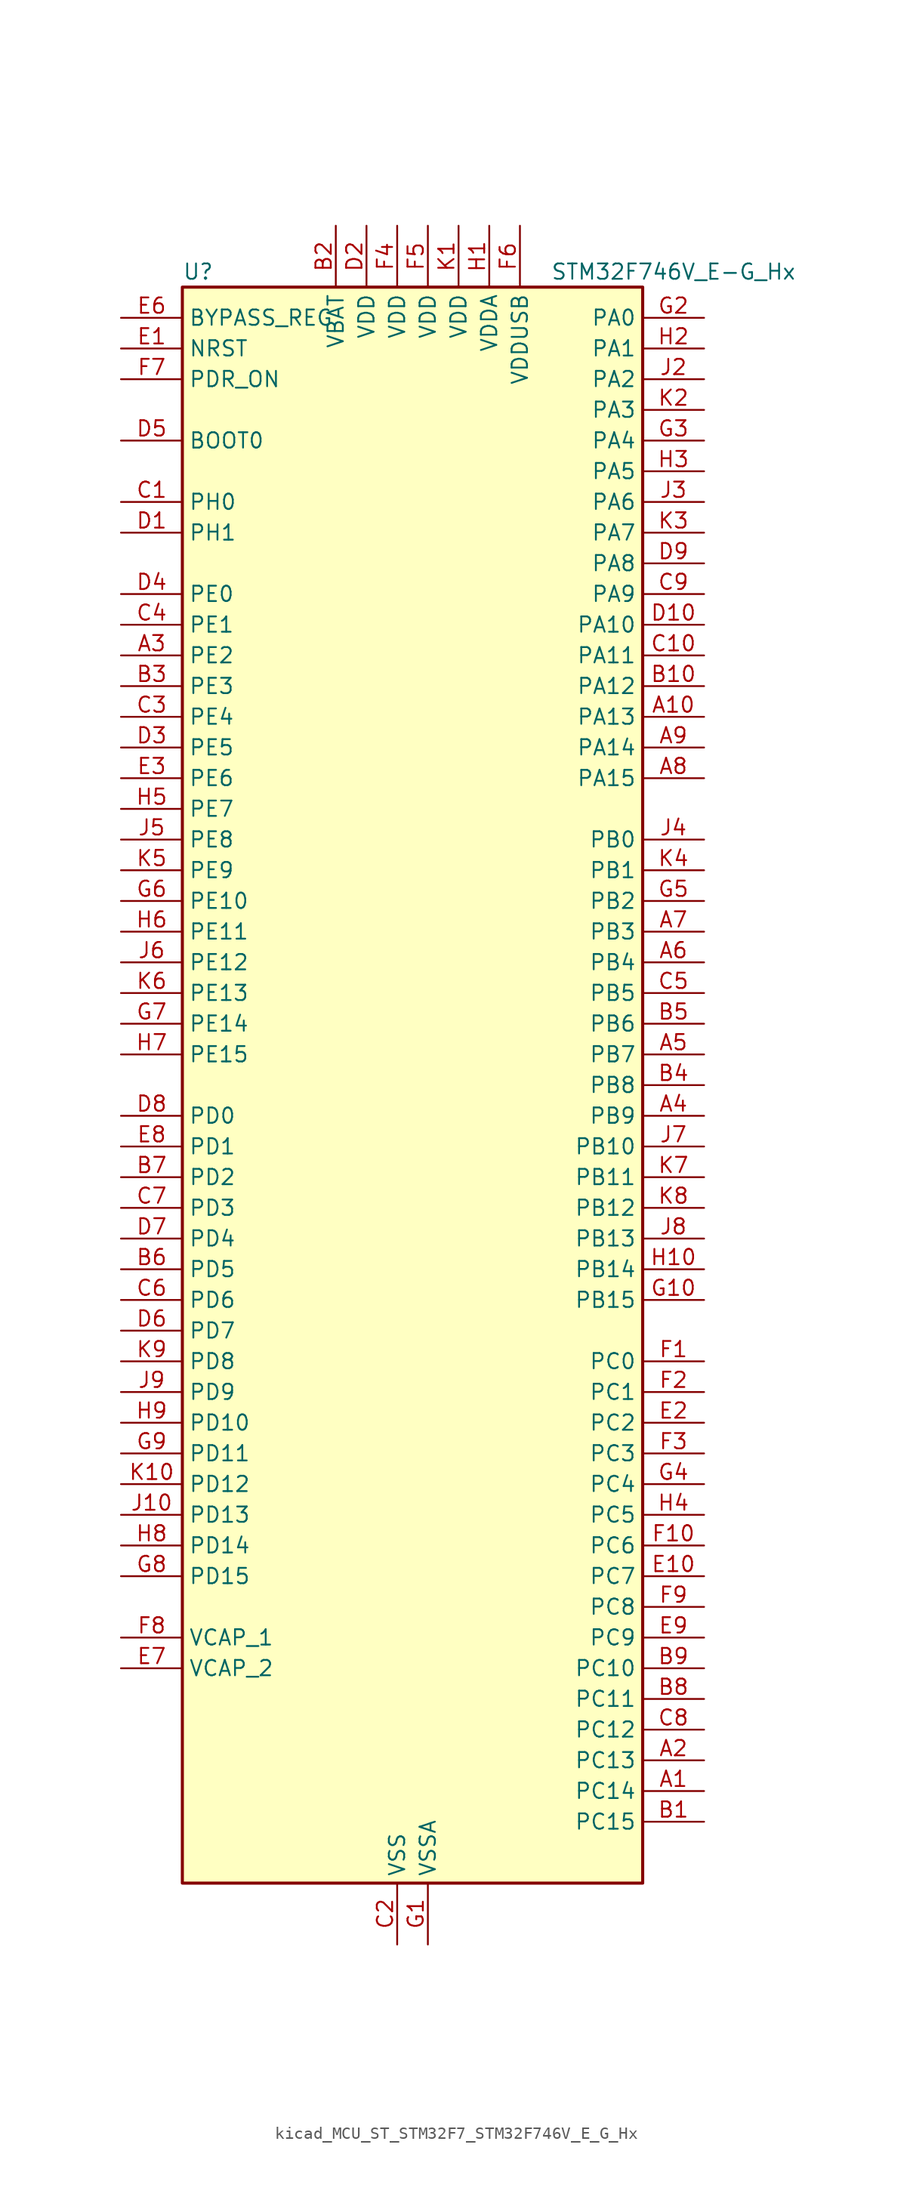
<source format=kicad_sym>
(kicad_symbol_lib
  (version 20220914)
  (generator kicad_symbol_editor)
  (symbol "kicad_MCU_ST_STM32F7_STM32F746V_E_G_Hx"
    (property "Reference" "U"
      (at -17.78 67.31 0)
      (effects (font (size 1.27 1.27)) (justify left)))
    (property "Value" "STM32F746V_E-G_Hx"
      (at 12.7 67.31 0)
      (effects (font (size 1.27 1.27)) (justify left)))
    (property "ki_locked" ""
      (at 0 0 0)
      (effects (font (size 1.27 1.27))))
    (symbol "kicad_MCU_ST_STM32F7_STM32F746V_E_G_Hx_0_1"
      (rectangle (start -17.78 -66.04) (end 20.32 66.04) (stroke (width 0.254) (type default)) (fill (type background))))
    (symbol "kicad_MCU_ST_STM32F7_STM32F746V_E_G_Hx_1_1"
      (pin bidirectional line (at 25.4 -58.42 180) (length 5.08) (name "PC14" (effects (font (size 1.27 1.27)))) (number "A1" (effects (font (size 1.27 1.27)))) (alternate "RCC_OSC32_IN" bidirectional line))
      (pin bidirectional line (at 25.4 30.48 180) (length 5.08) (name "PA13" (effects (font (size 1.27 1.27)))) (number "A10" (effects (font (size 1.27 1.27)))) (alternate "SYS_JTMS-SWDIO" bidirectional line))
      (pin bidirectional line (at 25.4 -55.88 180) (length 5.08) (name "PC13" (effects (font (size 1.27 1.27)))) (number "A2" (effects (font (size 1.27 1.27)))) (alternate "RTC_OUT" bidirectional line) (alternate "RTC_TAMP1" bidirectional line) (alternate "RTC_TS" bidirectional line) (alternate "SYS_WKUP4" bidirectional line))
      (pin bidirectional line (at -22.86 35.56 0) (length 5.08) (name "PE2" (effects (font (size 1.27 1.27)))) (number "A3" (effects (font (size 1.27 1.27)))) (alternate "ETH_TXD3" bidirectional line) (alternate "FMC_A23" bidirectional line) (alternate "QUADSPI_BK1_IO2" bidirectional line) (alternate "SAI1_MCLK_A" bidirectional line) (alternate "SPI4_SCK" bidirectional line) (alternate "SYS_TRACECLK" bidirectional line))
      (pin bidirectional line (at 25.4 -2.54 180) (length 5.08) (name "PB9" (effects (font (size 1.27 1.27)))) (number "A4" (effects (font (size 1.27 1.27)))) (alternate "CAN1_TX" bidirectional line) (alternate "DAC_EXTI9" bidirectional line) (alternate "DCMI_D7" bidirectional line) (alternate "I2C1_SDA" bidirectional line) (alternate "I2S2_WS" bidirectional line) (alternate "LTDC_B7" bidirectional line) (alternate "SDMMC1_D5" bidirectional line) (alternate "SPI2_NSS" bidirectional line) (alternate "TIM11_CH1" bidirectional line) (alternate "TIM4_CH4" bidirectional line))
      (pin bidirectional line (at 25.4 2.54 180) (length 5.08) (name "PB7" (effects (font (size 1.27 1.27)))) (number "A5" (effects (font (size 1.27 1.27)))) (alternate "DCMI_VSYNC" bidirectional line) (alternate "FMC_NL" bidirectional line) (alternate "I2C1_SDA" bidirectional line) (alternate "TIM4_CH2" bidirectional line) (alternate "USART1_RX" bidirectional line))
      (pin bidirectional line (at 25.4 10.16 180) (length 5.08) (name "PB4" (effects (font (size 1.27 1.27)))) (number "A6" (effects (font (size 1.27 1.27)))) (alternate "I2S2_WS" bidirectional line) (alternate "SPI1_MISO" bidirectional line) (alternate "SPI2_NSS" bidirectional line) (alternate "SPI3_MISO" bidirectional line) (alternate "SYS_JTRST" bidirectional line) (alternate "TIM3_CH1" bidirectional line))
      (pin bidirectional line (at 25.4 12.7 180) (length 5.08) (name "PB3" (effects (font (size 1.27 1.27)))) (number "A7" (effects (font (size 1.27 1.27)))) (alternate "I2S1_CK" bidirectional line) (alternate "I2S3_CK" bidirectional line) (alternate "SPI1_SCK" bidirectional line) (alternate "SPI3_SCK" bidirectional line) (alternate "SYS_JTDO-SWO" bidirectional line) (alternate "TIM2_CH2" bidirectional line))
      (pin bidirectional line (at 25.4 25.4 180) (length 5.08) (name "PA15" (effects (font (size 1.27 1.27)))) (number "A8" (effects (font (size 1.27 1.27)))) (alternate "CEC" bidirectional line) (alternate "I2S1_WS" bidirectional line) (alternate "I2S3_WS" bidirectional line) (alternate "SPI1_NSS" bidirectional line) (alternate "SPI3_NSS" bidirectional line) (alternate "SYS_JTDI" bidirectional line) (alternate "TIM2_CH1" bidirectional line) (alternate "TIM2_ETR" bidirectional line) (alternate "UART4_DE" bidirectional line) (alternate "UART4_RTS" bidirectional line))
      (pin bidirectional line (at 25.4 27.94 180) (length 5.08) (name "PA14" (effects (font (size 1.27 1.27)))) (number "A9" (effects (font (size 1.27 1.27)))) (alternate "SYS_JTCK-SWCLK" bidirectional line))
      (pin bidirectional line (at 25.4 -60.96 180) (length 5.08) (name "PC15" (effects (font (size 1.27 1.27)))) (number "B1" (effects (font (size 1.27 1.27)))) (alternate "RCC_OSC32_OUT" bidirectional line))
      (pin bidirectional line (at 25.4 33.02 180) (length 5.08) (name "PA12" (effects (font (size 1.27 1.27)))) (number "B10" (effects (font (size 1.27 1.27)))) (alternate "CAN1_TX" bidirectional line) (alternate "LTDC_R5" bidirectional line) (alternate "SAI2_FS_B" bidirectional line) (alternate "TIM1_ETR" bidirectional line) (alternate "USART1_DE" bidirectional line) (alternate "USART1_RTS" bidirectional line) (alternate "USB_OTG_FS_DP" bidirectional line))
      (pin power_in line (at -5.08 71.12 270) (length 5.08) (name "VBAT" (effects (font (size 1.27 1.27)))) (number "B2" (effects (font (size 1.27 1.27)))))
      (pin bidirectional line (at -22.86 33.02 0) (length 5.08) (name "PE3" (effects (font (size 1.27 1.27)))) (number "B3" (effects (font (size 1.27 1.27)))) (alternate "FMC_A19" bidirectional line) (alternate "SAI1_SD_B" bidirectional line) (alternate "SYS_TRACED0" bidirectional line))
      (pin bidirectional line (at 25.4 0 180) (length 5.08) (name "PB8" (effects (font (size 1.27 1.27)))) (number "B4" (effects (font (size 1.27 1.27)))) (alternate "CAN1_RX" bidirectional line) (alternate "DCMI_D6" bidirectional line) (alternate "ETH_TXD3" bidirectional line) (alternate "I2C1_SCL" bidirectional line) (alternate "LTDC_B6" bidirectional line) (alternate "SDMMC1_D4" bidirectional line) (alternate "TIM10_CH1" bidirectional line) (alternate "TIM4_CH3" bidirectional line))
      (pin bidirectional line (at 25.4 5.08 180) (length 5.08) (name "PB6" (effects (font (size 1.27 1.27)))) (number "B5" (effects (font (size 1.27 1.27)))) (alternate "CAN2_TX" bidirectional line) (alternate "CEC" bidirectional line) (alternate "DCMI_D5" bidirectional line) (alternate "FMC_SDNE1" bidirectional line) (alternate "I2C1_SCL" bidirectional line) (alternate "QUADSPI_BK1_NCS" bidirectional line) (alternate "TIM4_CH1" bidirectional line) (alternate "USART1_TX" bidirectional line))
      (pin bidirectional line (at -22.86 -15.24 0) (length 5.08) (name "PD5" (effects (font (size 1.27 1.27)))) (number "B6" (effects (font (size 1.27 1.27)))) (alternate "FMC_NWE" bidirectional line) (alternate "USART2_TX" bidirectional line))
      (pin bidirectional line (at -22.86 -7.62 0) (length 5.08) (name "PD2" (effects (font (size 1.27 1.27)))) (number "B7" (effects (font (size 1.27 1.27)))) (alternate "DCMI_D11" bidirectional line) (alternate "SDMMC1_CMD" bidirectional line) (alternate "SYS_TRACED2" bidirectional line) (alternate "TIM3_ETR" bidirectional line) (alternate "UART5_RX" bidirectional line))
      (pin bidirectional line (at 25.4 -50.8 180) (length 5.08) (name "PC11" (effects (font (size 1.27 1.27)))) (number "B8" (effects (font (size 1.27 1.27)))) (alternate "ADC1_EXTI11" bidirectional line) (alternate "ADC2_EXTI11" bidirectional line) (alternate "ADC3_EXTI11" bidirectional line) (alternate "DCMI_D4" bidirectional line) (alternate "QUADSPI_BK2_NCS" bidirectional line) (alternate "SDMMC1_D3" bidirectional line) (alternate "SPI3_MISO" bidirectional line) (alternate "UART4_RX" bidirectional line) (alternate "USART3_RX" bidirectional line))
      (pin bidirectional line (at 25.4 -48.26 180) (length 5.08) (name "PC10" (effects (font (size 1.27 1.27)))) (number "B9" (effects (font (size 1.27 1.27)))) (alternate "DCMI_D8" bidirectional line) (alternate "I2S3_CK" bidirectional line) (alternate "LTDC_R2" bidirectional line) (alternate "QUADSPI_BK1_IO1" bidirectional line) (alternate "SDMMC1_D2" bidirectional line) (alternate "SPI3_SCK" bidirectional line) (alternate "UART4_TX" bidirectional line) (alternate "USART3_TX" bidirectional line))
      (pin bidirectional line (at -22.86 48.26 0) (length 5.08) (name "PH0" (effects (font (size 1.27 1.27)))) (number "C1" (effects (font (size 1.27 1.27)))) (alternate "RCC_OSC_IN" bidirectional line))
      (pin bidirectional line (at 25.4 35.56 180) (length 5.08) (name "PA11" (effects (font (size 1.27 1.27)))) (number "C10" (effects (font (size 1.27 1.27)))) (alternate "ADC1_EXTI11" bidirectional line) (alternate "ADC2_EXTI11" bidirectional line) (alternate "ADC3_EXTI11" bidirectional line) (alternate "CAN1_RX" bidirectional line) (alternate "LTDC_R4" bidirectional line) (alternate "TIM1_CH4" bidirectional line) (alternate "USART1_CTS" bidirectional line) (alternate "USB_OTG_FS_DM" bidirectional line))
      (pin power_in line (at 0 -71.12 90) (length 5.08) (name "VSS" (effects (font (size 1.27 1.27)))) (number "C2" (effects (font (size 1.27 1.27)))))
      (pin bidirectional line (at -22.86 30.48 0) (length 5.08) (name "PE4" (effects (font (size 1.27 1.27)))) (number "C3" (effects (font (size 1.27 1.27)))) (alternate "DCMI_D4" bidirectional line) (alternate "FMC_A20" bidirectional line) (alternate "LTDC_B0" bidirectional line) (alternate "SAI1_FS_A" bidirectional line) (alternate "SPI4_NSS" bidirectional line) (alternate "SYS_TRACED1" bidirectional line))
      (pin bidirectional line (at -22.86 38.1 0) (length 5.08) (name "PE1" (effects (font (size 1.27 1.27)))) (number "C4" (effects (font (size 1.27 1.27)))) (alternate "DCMI_D3" bidirectional line) (alternate "FMC_NBL1" bidirectional line) (alternate "LPTIM1_IN2" bidirectional line) (alternate "UART8_TX" bidirectional line))
      (pin bidirectional line (at 25.4 7.62 180) (length 5.08) (name "PB5" (effects (font (size 1.27 1.27)))) (number "C5" (effects (font (size 1.27 1.27)))) (alternate "CAN2_RX" bidirectional line) (alternate "DCMI_D10" bidirectional line) (alternate "ETH_PPS_OUT" bidirectional line) (alternate "FMC_SDCKE1" bidirectional line) (alternate "I2C1_SMBA" bidirectional line) (alternate "I2S1_SD" bidirectional line) (alternate "I2S3_SD" bidirectional line) (alternate "SPI1_MOSI" bidirectional line) (alternate "SPI3_MOSI" bidirectional line) (alternate "TIM3_CH2" bidirectional line) (alternate "USB_OTG_HS_ULPI_D7" bidirectional line))
      (pin bidirectional line (at -22.86 -17.78 0) (length 5.08) (name "PD6" (effects (font (size 1.27 1.27)))) (number "C6" (effects (font (size 1.27 1.27)))) (alternate "DCMI_D10" bidirectional line) (alternate "FMC_NWAIT" bidirectional line) (alternate "I2S3_SD" bidirectional line) (alternate "LTDC_B2" bidirectional line) (alternate "SAI1_SD_A" bidirectional line) (alternate "SPI3_MOSI" bidirectional line) (alternate "USART2_RX" bidirectional line))
      (pin bidirectional line (at -22.86 -10.16 0) (length 5.08) (name "PD3" (effects (font (size 1.27 1.27)))) (number "C7" (effects (font (size 1.27 1.27)))) (alternate "DCMI_D5" bidirectional line) (alternate "FMC_CLK" bidirectional line) (alternate "I2S2_CK" bidirectional line) (alternate "LTDC_G7" bidirectional line) (alternate "SPI2_SCK" bidirectional line) (alternate "USART2_CTS" bidirectional line))
      (pin bidirectional line (at 25.4 -53.34 180) (length 5.08) (name "PC12" (effects (font (size 1.27 1.27)))) (number "C8" (effects (font (size 1.27 1.27)))) (alternate "DCMI_D9" bidirectional line) (alternate "I2S3_SD" bidirectional line) (alternate "SDMMC1_CK" bidirectional line) (alternate "SPI3_MOSI" bidirectional line) (alternate "SYS_TRACED3" bidirectional line) (alternate "UART5_TX" bidirectional line) (alternate "USART3_CK" bidirectional line))
      (pin bidirectional line (at 25.4 40.64 180) (length 5.08) (name "PA9" (effects (font (size 1.27 1.27)))) (number "C9" (effects (font (size 1.27 1.27)))) (alternate "DAC_EXTI9" bidirectional line) (alternate "DCMI_D0" bidirectional line) (alternate "I2C3_SMBA" bidirectional line) (alternate "I2S2_CK" bidirectional line) (alternate "SPI2_SCK" bidirectional line) (alternate "TIM1_CH2" bidirectional line) (alternate "USART1_TX" bidirectional line) (alternate "USB_OTG_FS_VBUS" bidirectional line))
      (pin bidirectional line (at -22.86 45.72 0) (length 5.08) (name "PH1" (effects (font (size 1.27 1.27)))) (number "D1" (effects (font (size 1.27 1.27)))) (alternate "RCC_OSC_OUT" bidirectional line))
      (pin bidirectional line (at 25.4 38.1 180) (length 5.08) (name "PA10" (effects (font (size 1.27 1.27)))) (number "D10" (effects (font (size 1.27 1.27)))) (alternate "DCMI_D1" bidirectional line) (alternate "TIM1_CH3" bidirectional line) (alternate "USART1_RX" bidirectional line) (alternate "USB_OTG_FS_ID" bidirectional line))
      (pin power_in line (at -2.54 71.12 270) (length 5.08) (name "VDD" (effects (font (size 1.27 1.27)))) (number "D2" (effects (font (size 1.27 1.27)))))
      (pin bidirectional line (at -22.86 27.94 0) (length 5.08) (name "PE5" (effects (font (size 1.27 1.27)))) (number "D3" (effects (font (size 1.27 1.27)))) (alternate "DCMI_D6" bidirectional line) (alternate "FMC_A21" bidirectional line) (alternate "LTDC_G0" bidirectional line) (alternate "SAI1_SCK_A" bidirectional line) (alternate "SPI4_MISO" bidirectional line) (alternate "SYS_TRACED2" bidirectional line) (alternate "TIM9_CH1" bidirectional line))
      (pin bidirectional line (at -22.86 40.64 0) (length 5.08) (name "PE0" (effects (font (size 1.27 1.27)))) (number "D4" (effects (font (size 1.27 1.27)))) (alternate "DCMI_D2" bidirectional line) (alternate "FMC_NBL0" bidirectional line) (alternate "LPTIM1_ETR" bidirectional line) (alternate "SAI2_MCLK_A" bidirectional line) (alternate "TIM4_ETR" bidirectional line) (alternate "UART8_RX" bidirectional line))
      (pin input line (at -22.86 53.34 0) (length 5.08) (name "BOOT0" (effects (font (size 1.27 1.27)))) (number "D5" (effects (font (size 1.27 1.27)))))
      (pin bidirectional line (at -22.86 -20.32 0) (length 5.08) (name "PD7" (effects (font (size 1.27 1.27)))) (number "D6" (effects (font (size 1.27 1.27)))) (alternate "FMC_NE1" bidirectional line) (alternate "SPDIFRX_IN0" bidirectional line) (alternate "USART2_CK" bidirectional line))
      (pin bidirectional line (at -22.86 -12.7 0) (length 5.08) (name "PD4" (effects (font (size 1.27 1.27)))) (number "D7" (effects (font (size 1.27 1.27)))) (alternate "FMC_NOE" bidirectional line) (alternate "USART2_DE" bidirectional line) (alternate "USART2_RTS" bidirectional line))
      (pin bidirectional line (at -22.86 -2.54 0) (length 5.08) (name "PD0" (effects (font (size 1.27 1.27)))) (number "D8" (effects (font (size 1.27 1.27)))) (alternate "CAN1_RX" bidirectional line) (alternate "FMC_D2" bidirectional line) (alternate "FMC_DA2" bidirectional line))
      (pin bidirectional line (at 25.4 43.18 180) (length 5.08) (name "PA8" (effects (font (size 1.27 1.27)))) (number "D9" (effects (font (size 1.27 1.27)))) (alternate "I2C3_SCL" bidirectional line) (alternate "LTDC_R6" bidirectional line) (alternate "RCC_MCO_1" bidirectional line) (alternate "TIM1_CH1" bidirectional line) (alternate "TIM8_BKIN2" bidirectional line) (alternate "USART1_CK" bidirectional line) (alternate "USB_OTG_FS_SOF" bidirectional line))
      (pin input line (at -22.86 60.96 0) (length 5.08) (name "NRST" (effects (font (size 1.27 1.27)))) (number "E1" (effects (font (size 1.27 1.27)))))
      (pin bidirectional line (at 25.4 -40.64 180) (length 5.08) (name "PC7" (effects (font (size 1.27 1.27)))) (number "E10" (effects (font (size 1.27 1.27)))) (alternate "DCMI_D1" bidirectional line) (alternate "I2S3_MCK" bidirectional line) (alternate "LTDC_G6" bidirectional line) (alternate "SDMMC1_D7" bidirectional line) (alternate "TIM3_CH2" bidirectional line) (alternate "TIM8_CH2" bidirectional line) (alternate "USART6_RX" bidirectional line))
      (pin bidirectional line (at 25.4 -27.94 180) (length 5.08) (name "PC2" (effects (font (size 1.27 1.27)))) (number "E2" (effects (font (size 1.27 1.27)))) (alternate "ADC1_IN12" bidirectional line) (alternate "ADC2_IN12" bidirectional line) (alternate "ADC3_IN12" bidirectional line) (alternate "ETH_TXD2" bidirectional line) (alternate "FMC_SDNE0" bidirectional line) (alternate "SPI2_MISO" bidirectional line) (alternate "USB_OTG_HS_ULPI_DIR" bidirectional line))
      (pin bidirectional line (at -22.86 25.4 0) (length 5.08) (name "PE6" (effects (font (size 1.27 1.27)))) (number "E3" (effects (font (size 1.27 1.27)))) (alternate "DCMI_D7" bidirectional line) (alternate "FMC_A22" bidirectional line) (alternate "LTDC_G1" bidirectional line) (alternate "SAI1_SD_A" bidirectional line) (alternate "SAI2_MCLK_B" bidirectional line) (alternate "SPI4_MOSI" bidirectional line) (alternate "SYS_TRACED3" bidirectional line) (alternate "TIM1_BKIN2" bidirectional line) (alternate "TIM9_CH2" bidirectional line))
      (pin passive line (at 0 -71.12 90) (length 5.08) hide (name "VSS" (effects (font (size 1.27 1.27)))) (number "E4" (effects (font (size 1.27 1.27)))))
      (pin passive line (at 0 -71.12 90) (length 5.08) hide (name "VSS" (effects (font (size 1.27 1.27)))) (number "E5" (effects (font (size 1.27 1.27)))))
      (pin input line (at -22.86 63.5 0) (length 5.08) (name "BYPASS_REG" (effects (font (size 1.27 1.27)))) (number "E6" (effects (font (size 1.27 1.27)))))
      (pin power_out line (at -22.86 -48.26 0) (length 5.08) (name "VCAP_2" (effects (font (size 1.27 1.27)))) (number "E7" (effects (font (size 1.27 1.27)))))
      (pin bidirectional line (at -22.86 -5.08 0) (length 5.08) (name "PD1" (effects (font (size 1.27 1.27)))) (number "E8" (effects (font (size 1.27 1.27)))) (alternate "CAN1_TX" bidirectional line) (alternate "FMC_D3" bidirectional line) (alternate "FMC_DA3" bidirectional line))
      (pin bidirectional line (at 25.4 -45.72 180) (length 5.08) (name "PC9" (effects (font (size 1.27 1.27)))) (number "E9" (effects (font (size 1.27 1.27)))) (alternate "DAC_EXTI9" bidirectional line) (alternate "DCMI_D3" bidirectional line) (alternate "I2C3_SDA" bidirectional line) (alternate "I2S_CKIN" bidirectional line) (alternate "QUADSPI_BK1_IO0" bidirectional line) (alternate "RCC_MCO_2" bidirectional line) (alternate "SDMMC1_D1" bidirectional line) (alternate "TIM3_CH4" bidirectional line) (alternate "TIM8_CH4" bidirectional line) (alternate "UART5_CTS" bidirectional line))
      (pin bidirectional line (at 25.4 -22.86 180) (length 5.08) (name "PC0" (effects (font (size 1.27 1.27)))) (number "F1" (effects (font (size 1.27 1.27)))) (alternate "ADC1_IN10" bidirectional line) (alternate "ADC2_IN10" bidirectional line) (alternate "ADC3_IN10" bidirectional line) (alternate "FMC_SDNWE" bidirectional line) (alternate "LTDC_R5" bidirectional line) (alternate "SAI2_FS_B" bidirectional line) (alternate "USB_OTG_HS_ULPI_STP" bidirectional line))
      (pin bidirectional line (at 25.4 -38.1 180) (length 5.08) (name "PC6" (effects (font (size 1.27 1.27)))) (number "F10" (effects (font (size 1.27 1.27)))) (alternate "DCMI_D0" bidirectional line) (alternate "I2S2_MCK" bidirectional line) (alternate "LTDC_HSYNC" bidirectional line) (alternate "SDMMC1_D6" bidirectional line) (alternate "TIM3_CH1" bidirectional line) (alternate "TIM8_CH1" bidirectional line) (alternate "USART6_TX" bidirectional line))
      (pin bidirectional line (at 25.4 -25.4 180) (length 5.08) (name "PC1" (effects (font (size 1.27 1.27)))) (number "F2" (effects (font (size 1.27 1.27)))) (alternate "ADC1_IN11" bidirectional line) (alternate "ADC2_IN11" bidirectional line) (alternate "ADC3_IN11" bidirectional line) (alternate "ETH_MDC" bidirectional line) (alternate "I2S2_SD" bidirectional line) (alternate "RTC_TAMP3" bidirectional line) (alternate "RTC_TS" bidirectional line) (alternate "SAI1_SD_A" bidirectional line) (alternate "SPI2_MOSI" bidirectional line) (alternate "SYS_TRACED0" bidirectional line) (alternate "SYS_WKUP3" bidirectional line))
      (pin bidirectional line (at 25.4 -30.48 180) (length 5.08) (name "PC3" (effects (font (size 1.27 1.27)))) (number "F3" (effects (font (size 1.27 1.27)))) (alternate "ADC1_IN13" bidirectional line) (alternate "ADC2_IN13" bidirectional line) (alternate "ADC3_IN13" bidirectional line) (alternate "ETH_TX_CLK" bidirectional line) (alternate "FMC_SDCKE0" bidirectional line) (alternate "I2S2_SD" bidirectional line) (alternate "SPI2_MOSI" bidirectional line) (alternate "USB_OTG_HS_ULPI_NXT" bidirectional line))
      (pin power_in line (at 0 71.12 270) (length 5.08) (name "VDD" (effects (font (size 1.27 1.27)))) (number "F4" (effects (font (size 1.27 1.27)))))
      (pin power_in line (at 2.54 71.12 270) (length 5.08) (name "VDD" (effects (font (size 1.27 1.27)))) (number "F5" (effects (font (size 1.27 1.27)))))
      (pin power_in line (at 10.16 71.12 270) (length 5.08) (name "VDDUSB" (effects (font (size 1.27 1.27)))) (number "F6" (effects (font (size 1.27 1.27)))))
      (pin input line (at -22.86 58.42 0) (length 5.08) (name "PDR_ON" (effects (font (size 1.27 1.27)))) (number "F7" (effects (font (size 1.27 1.27)))))
      (pin power_out line (at -22.86 -45.72 0) (length 5.08) (name "VCAP_1" (effects (font (size 1.27 1.27)))) (number "F8" (effects (font (size 1.27 1.27)))))
      (pin bidirectional line (at 25.4 -43.18 180) (length 5.08) (name "PC8" (effects (font (size 1.27 1.27)))) (number "F9" (effects (font (size 1.27 1.27)))) (alternate "DCMI_D2" bidirectional line) (alternate "SDMMC1_D0" bidirectional line) (alternate "SYS_TRACED1" bidirectional line) (alternate "TIM3_CH3" bidirectional line) (alternate "TIM8_CH3" bidirectional line) (alternate "UART5_DE" bidirectional line) (alternate "UART5_RTS" bidirectional line) (alternate "USART6_CK" bidirectional line))
      (pin power_in line (at 2.54 -71.12 90) (length 5.08) (name "VSSA" (effects (font (size 1.27 1.27)))) (number "G1" (effects (font (size 1.27 1.27)))))
      (pin bidirectional line (at 25.4 -17.78 180) (length 5.08) (name "PB15" (effects (font (size 1.27 1.27)))) (number "G10" (effects (font (size 1.27 1.27)))) (alternate "I2S2_SD" bidirectional line) (alternate "RTC_REFIN" bidirectional line) (alternate "SPI2_MOSI" bidirectional line) (alternate "TIM12_CH2" bidirectional line) (alternate "TIM1_CH3N" bidirectional line) (alternate "TIM8_CH3N" bidirectional line) (alternate "USB_OTG_HS_DP" bidirectional line))
      (pin bidirectional line (at 25.4 63.5 180) (length 5.08) (name "PA0" (effects (font (size 1.27 1.27)))) (number "G2" (effects (font (size 1.27 1.27)))) (alternate "ADC1_IN0" bidirectional line) (alternate "ADC2_IN0" bidirectional line) (alternate "ADC3_IN0" bidirectional line) (alternate "ETH_CRS" bidirectional line) (alternate "SAI2_SD_B" bidirectional line) (alternate "SYS_WKUP1" bidirectional line) (alternate "TIM2_CH1" bidirectional line) (alternate "TIM2_ETR" bidirectional line) (alternate "TIM5_CH1" bidirectional line) (alternate "TIM8_ETR" bidirectional line) (alternate "UART4_TX" bidirectional line) (alternate "USART2_CTS" bidirectional line))
      (pin bidirectional line (at 25.4 53.34 180) (length 5.08) (name "PA4" (effects (font (size 1.27 1.27)))) (number "G3" (effects (font (size 1.27 1.27)))) (alternate "ADC1_IN4" bidirectional line) (alternate "ADC2_IN4" bidirectional line) (alternate "DAC_OUT1" bidirectional line) (alternate "DCMI_HSYNC" bidirectional line) (alternate "I2S1_WS" bidirectional line) (alternate "I2S3_WS" bidirectional line) (alternate "LTDC_VSYNC" bidirectional line) (alternate "SPI1_NSS" bidirectional line) (alternate "SPI3_NSS" bidirectional line) (alternate "USART2_CK" bidirectional line) (alternate "USB_OTG_HS_SOF" bidirectional line))
      (pin bidirectional line (at 25.4 -33.02 180) (length 5.08) (name "PC4" (effects (font (size 1.27 1.27)))) (number "G4" (effects (font (size 1.27 1.27)))) (alternate "ADC1_IN14" bidirectional line) (alternate "ADC2_IN14" bidirectional line) (alternate "ETH_RXD0" bidirectional line) (alternate "FMC_SDNE0" bidirectional line) (alternate "I2S1_MCK" bidirectional line) (alternate "SPDIFRX_IN2" bidirectional line))
      (pin bidirectional line (at 25.4 15.24 180) (length 5.08) (name "PB2" (effects (font (size 1.27 1.27)))) (number "G5" (effects (font (size 1.27 1.27)))) (alternate "I2S3_SD" bidirectional line) (alternate "QUADSPI_CLK" bidirectional line) (alternate "SAI1_SD_A" bidirectional line) (alternate "SPI3_MOSI" bidirectional line))
      (pin bidirectional line (at -22.86 15.24 0) (length 5.08) (name "PE10" (effects (font (size 1.27 1.27)))) (number "G6" (effects (font (size 1.27 1.27)))) (alternate "FMC_D7" bidirectional line) (alternate "FMC_DA7" bidirectional line) (alternate "QUADSPI_BK2_IO3" bidirectional line) (alternate "TIM1_CH2N" bidirectional line) (alternate "UART7_CTS" bidirectional line))
      (pin bidirectional line (at -22.86 5.08 0) (length 5.08) (name "PE14" (effects (font (size 1.27 1.27)))) (number "G7" (effects (font (size 1.27 1.27)))) (alternate "FMC_D11" bidirectional line) (alternate "FMC_DA11" bidirectional line) (alternate "LTDC_CLK" bidirectional line) (alternate "SAI2_MCLK_B" bidirectional line) (alternate "SPI4_MOSI" bidirectional line) (alternate "TIM1_CH4" bidirectional line))
      (pin bidirectional line (at -22.86 -40.64 0) (length 5.08) (name "PD15" (effects (font (size 1.27 1.27)))) (number "G8" (effects (font (size 1.27 1.27)))) (alternate "FMC_D1" bidirectional line) (alternate "FMC_DA1" bidirectional line) (alternate "TIM4_CH4" bidirectional line) (alternate "UART8_DE" bidirectional line) (alternate "UART8_RTS" bidirectional line))
      (pin bidirectional line (at -22.86 -30.48 0) (length 5.08) (name "PD11" (effects (font (size 1.27 1.27)))) (number "G9" (effects (font (size 1.27 1.27)))) (alternate "ADC1_EXTI11" bidirectional line) (alternate "ADC2_EXTI11" bidirectional line) (alternate "ADC3_EXTI11" bidirectional line) (alternate "FMC_A16" bidirectional line) (alternate "FMC_CLE" bidirectional line) (alternate "I2C4_SMBA" bidirectional line) (alternate "QUADSPI_BK1_IO0" bidirectional line) (alternate "SAI2_SD_A" bidirectional line) (alternate "USART3_CTS" bidirectional line))
      (pin power_in line (at 7.62 71.12 270) (length 5.08) (name "VDDA" (effects (font (size 1.27 1.27)))) (number "H1" (effects (font (size 1.27 1.27)))))
      (pin bidirectional line (at 25.4 -15.24 180) (length 5.08) (name "PB14" (effects (font (size 1.27 1.27)))) (number "H10" (effects (font (size 1.27 1.27)))) (alternate "SPI2_MISO" bidirectional line) (alternate "TIM12_CH1" bidirectional line) (alternate "TIM1_CH2N" bidirectional line) (alternate "TIM8_CH2N" bidirectional line) (alternate "USART3_DE" bidirectional line) (alternate "USART3_RTS" bidirectional line) (alternate "USB_OTG_HS_DM" bidirectional line))
      (pin bidirectional line (at 25.4 60.96 180) (length 5.08) (name "PA1" (effects (font (size 1.27 1.27)))) (number "H2" (effects (font (size 1.27 1.27)))) (alternate "ADC1_IN1" bidirectional line) (alternate "ADC2_IN1" bidirectional line) (alternate "ADC3_IN1" bidirectional line) (alternate "ETH_REF_CLK" bidirectional line) (alternate "ETH_RX_CLK" bidirectional line) (alternate "LTDC_R2" bidirectional line) (alternate "QUADSPI_BK1_IO3" bidirectional line) (alternate "SAI2_MCLK_B" bidirectional line) (alternate "TIM2_CH2" bidirectional line) (alternate "TIM5_CH2" bidirectional line) (alternate "UART4_RX" bidirectional line) (alternate "USART2_DE" bidirectional line) (alternate "USART2_RTS" bidirectional line))
      (pin bidirectional line (at 25.4 50.8 180) (length 5.08) (name "PA5" (effects (font (size 1.27 1.27)))) (number "H3" (effects (font (size 1.27 1.27)))) (alternate "ADC1_IN5" bidirectional line) (alternate "ADC2_IN5" bidirectional line) (alternate "DAC_OUT2" bidirectional line) (alternate "I2S1_CK" bidirectional line) (alternate "LTDC_R4" bidirectional line) (alternate "SPI1_SCK" bidirectional line) (alternate "TIM2_CH1" bidirectional line) (alternate "TIM2_ETR" bidirectional line) (alternate "TIM8_CH1N" bidirectional line) (alternate "USB_OTG_HS_ULPI_CK" bidirectional line))
      (pin bidirectional line (at 25.4 -35.56 180) (length 5.08) (name "PC5" (effects (font (size 1.27 1.27)))) (number "H4" (effects (font (size 1.27 1.27)))) (alternate "ADC1_IN15" bidirectional line) (alternate "ADC2_IN15" bidirectional line) (alternate "ETH_RXD1" bidirectional line) (alternate "FMC_SDCKE0" bidirectional line) (alternate "SPDIFRX_IN3" bidirectional line))
      (pin bidirectional line (at -22.86 22.86 0) (length 5.08) (name "PE7" (effects (font (size 1.27 1.27)))) (number "H5" (effects (font (size 1.27 1.27)))) (alternate "FMC_D4" bidirectional line) (alternate "FMC_DA4" bidirectional line) (alternate "QUADSPI_BK2_IO0" bidirectional line) (alternate "TIM1_ETR" bidirectional line) (alternate "UART7_RX" bidirectional line))
      (pin bidirectional line (at -22.86 12.7 0) (length 5.08) (name "PE11" (effects (font (size 1.27 1.27)))) (number "H6" (effects (font (size 1.27 1.27)))) (alternate "ADC1_EXTI11" bidirectional line) (alternate "ADC2_EXTI11" bidirectional line) (alternate "ADC3_EXTI11" bidirectional line) (alternate "FMC_D8" bidirectional line) (alternate "FMC_DA8" bidirectional line) (alternate "LTDC_G3" bidirectional line) (alternate "SAI2_SD_B" bidirectional line) (alternate "SPI4_NSS" bidirectional line) (alternate "TIM1_CH2" bidirectional line))
      (pin bidirectional line (at -22.86 2.54 0) (length 5.08) (name "PE15" (effects (font (size 1.27 1.27)))) (number "H7" (effects (font (size 1.27 1.27)))) (alternate "FMC_D12" bidirectional line) (alternate "FMC_DA12" bidirectional line) (alternate "LTDC_R7" bidirectional line) (alternate "TIM1_BKIN" bidirectional line))
      (pin bidirectional line (at -22.86 -38.1 0) (length 5.08) (name "PD14" (effects (font (size 1.27 1.27)))) (number "H8" (effects (font (size 1.27 1.27)))) (alternate "FMC_D0" bidirectional line) (alternate "FMC_DA0" bidirectional line) (alternate "TIM4_CH3" bidirectional line) (alternate "UART8_CTS" bidirectional line))
      (pin bidirectional line (at -22.86 -27.94 0) (length 5.08) (name "PD10" (effects (font (size 1.27 1.27)))) (number "H9" (effects (font (size 1.27 1.27)))) (alternate "FMC_D15" bidirectional line) (alternate "FMC_DA15" bidirectional line) (alternate "LTDC_B3" bidirectional line) (alternate "USART3_CK" bidirectional line))
      (pin passive line (at 0 -71.12 90) (length 5.08) hide (name "VSS" (effects (font (size 1.27 1.27)))) (number "J1" (effects (font (size 1.27 1.27)))))
      (pin bidirectional line (at -22.86 -35.56 0) (length 5.08) (name "PD13" (effects (font (size 1.27 1.27)))) (number "J10" (effects (font (size 1.27 1.27)))) (alternate "FMC_A18" bidirectional line) (alternate "I2C4_SDA" bidirectional line) (alternate "LPTIM1_OUT" bidirectional line) (alternate "QUADSPI_BK1_IO3" bidirectional line) (alternate "SAI2_SCK_A" bidirectional line) (alternate "TIM4_CH2" bidirectional line))
      (pin bidirectional line (at 25.4 58.42 180) (length 5.08) (name "PA2" (effects (font (size 1.27 1.27)))) (number "J2" (effects (font (size 1.27 1.27)))) (alternate "ADC1_IN2" bidirectional line) (alternate "ADC2_IN2" bidirectional line) (alternate "ADC3_IN2" bidirectional line) (alternate "ETH_MDIO" bidirectional line) (alternate "LTDC_R1" bidirectional line) (alternate "SAI2_SCK_B" bidirectional line) (alternate "SYS_WKUP2" bidirectional line) (alternate "TIM2_CH3" bidirectional line) (alternate "TIM5_CH3" bidirectional line) (alternate "TIM9_CH1" bidirectional line) (alternate "USART2_TX" bidirectional line))
      (pin bidirectional line (at 25.4 48.26 180) (length 5.08) (name "PA6" (effects (font (size 1.27 1.27)))) (number "J3" (effects (font (size 1.27 1.27)))) (alternate "ADC1_IN6" bidirectional line) (alternate "ADC2_IN6" bidirectional line) (alternate "DCMI_PIXCLK" bidirectional line) (alternate "LTDC_G2" bidirectional line) (alternate "SPI1_MISO" bidirectional line) (alternate "TIM13_CH1" bidirectional line) (alternate "TIM1_BKIN" bidirectional line) (alternate "TIM3_CH1" bidirectional line) (alternate "TIM8_BKIN" bidirectional line))
      (pin bidirectional line (at 25.4 20.32 180) (length 5.08) (name "PB0" (effects (font (size 1.27 1.27)))) (number "J4" (effects (font (size 1.27 1.27)))) (alternate "ADC1_IN8" bidirectional line) (alternate "ADC2_IN8" bidirectional line) (alternate "ETH_RXD2" bidirectional line) (alternate "LTDC_R3" bidirectional line) (alternate "TIM1_CH2N" bidirectional line) (alternate "TIM3_CH3" bidirectional line) (alternate "TIM8_CH2N" bidirectional line) (alternate "UART4_CTS" bidirectional line) (alternate "USB_OTG_HS_ULPI_D1" bidirectional line))
      (pin bidirectional line (at -22.86 20.32 0) (length 5.08) (name "PE8" (effects (font (size 1.27 1.27)))) (number "J5" (effects (font (size 1.27 1.27)))) (alternate "FMC_D5" bidirectional line) (alternate "FMC_DA5" bidirectional line) (alternate "QUADSPI_BK2_IO1" bidirectional line) (alternate "TIM1_CH1N" bidirectional line) (alternate "UART7_TX" bidirectional line))
      (pin bidirectional line (at -22.86 10.16 0) (length 5.08) (name "PE12" (effects (font (size 1.27 1.27)))) (number "J6" (effects (font (size 1.27 1.27)))) (alternate "FMC_D9" bidirectional line) (alternate "FMC_DA9" bidirectional line) (alternate "LTDC_B4" bidirectional line) (alternate "SAI2_SCK_B" bidirectional line) (alternate "SPI4_SCK" bidirectional line) (alternate "TIM1_CH3N" bidirectional line))
      (pin bidirectional line (at 25.4 -5.08 180) (length 5.08) (name "PB10" (effects (font (size 1.27 1.27)))) (number "J7" (effects (font (size 1.27 1.27)))) (alternate "ETH_RX_ER" bidirectional line) (alternate "I2C2_SCL" bidirectional line) (alternate "I2S2_CK" bidirectional line) (alternate "LTDC_G4" bidirectional line) (alternate "SPI2_SCK" bidirectional line) (alternate "TIM2_CH3" bidirectional line) (alternate "USART3_TX" bidirectional line) (alternate "USB_OTG_HS_ULPI_D3" bidirectional line))
      (pin bidirectional line (at 25.4 -12.7 180) (length 5.08) (name "PB13" (effects (font (size 1.27 1.27)))) (number "J8" (effects (font (size 1.27 1.27)))) (alternate "CAN2_TX" bidirectional line) (alternate "ETH_TXD1" bidirectional line) (alternate "I2S2_CK" bidirectional line) (alternate "SPI2_SCK" bidirectional line) (alternate "TIM1_CH1N" bidirectional line) (alternate "USART3_CTS" bidirectional line) (alternate "USB_OTG_HS_ULPI_D6" bidirectional line) (alternate "USB_OTG_HS_VBUS" bidirectional line))
      (pin bidirectional line (at -22.86 -25.4 0) (length 5.08) (name "PD9" (effects (font (size 1.27 1.27)))) (number "J9" (effects (font (size 1.27 1.27)))) (alternate "DAC_EXTI9" bidirectional line) (alternate "FMC_D14" bidirectional line) (alternate "FMC_DA14" bidirectional line) (alternate "USART3_RX" bidirectional line))
      (pin power_in line (at 5.08 71.12 270) (length 5.08) (name "VDD" (effects (font (size 1.27 1.27)))) (number "K1" (effects (font (size 1.27 1.27)))))
      (pin bidirectional line (at -22.86 -33.02 0) (length 5.08) (name "PD12" (effects (font (size 1.27 1.27)))) (number "K10" (effects (font (size 1.27 1.27)))) (alternate "FMC_A17" bidirectional line) (alternate "FMC_ALE" bidirectional line) (alternate "I2C4_SCL" bidirectional line) (alternate "LPTIM1_IN1" bidirectional line) (alternate "QUADSPI_BK1_IO1" bidirectional line) (alternate "SAI2_FS_A" bidirectional line) (alternate "TIM4_CH1" bidirectional line) (alternate "USART3_DE" bidirectional line) (alternate "USART3_RTS" bidirectional line))
      (pin bidirectional line (at 25.4 55.88 180) (length 5.08) (name "PA3" (effects (font (size 1.27 1.27)))) (number "K2" (effects (font (size 1.27 1.27)))) (alternate "ADC1_IN3" bidirectional line) (alternate "ADC2_IN3" bidirectional line) (alternate "ADC3_IN3" bidirectional line) (alternate "ETH_COL" bidirectional line) (alternate "LTDC_B5" bidirectional line) (alternate "TIM2_CH4" bidirectional line) (alternate "TIM5_CH4" bidirectional line) (alternate "TIM9_CH2" bidirectional line) (alternate "USART2_RX" bidirectional line) (alternate "USB_OTG_HS_ULPI_D0" bidirectional line))
      (pin bidirectional line (at 25.4 45.72 180) (length 5.08) (name "PA7" (effects (font (size 1.27 1.27)))) (number "K3" (effects (font (size 1.27 1.27)))) (alternate "ADC1_IN7" bidirectional line) (alternate "ADC2_IN7" bidirectional line) (alternate "ETH_CRS_DV" bidirectional line) (alternate "ETH_RX_DV" bidirectional line) (alternate "FMC_SDNWE" bidirectional line) (alternate "I2S1_SD" bidirectional line) (alternate "SPI1_MOSI" bidirectional line) (alternate "TIM14_CH1" bidirectional line) (alternate "TIM1_CH1N" bidirectional line) (alternate "TIM3_CH2" bidirectional line) (alternate "TIM8_CH1N" bidirectional line))
      (pin bidirectional line (at 25.4 17.78 180) (length 5.08) (name "PB1" (effects (font (size 1.27 1.27)))) (number "K4" (effects (font (size 1.27 1.27)))) (alternate "ADC1_IN9" bidirectional line) (alternate "ADC2_IN9" bidirectional line) (alternate "ETH_RXD3" bidirectional line) (alternate "LTDC_R6" bidirectional line) (alternate "TIM1_CH3N" bidirectional line) (alternate "TIM3_CH4" bidirectional line) (alternate "TIM8_CH3N" bidirectional line) (alternate "USB_OTG_HS_ULPI_D2" bidirectional line))
      (pin bidirectional line (at -22.86 17.78 0) (length 5.08) (name "PE9" (effects (font (size 1.27 1.27)))) (number "K5" (effects (font (size 1.27 1.27)))) (alternate "DAC_EXTI9" bidirectional line) (alternate "FMC_D6" bidirectional line) (alternate "FMC_DA6" bidirectional line) (alternate "QUADSPI_BK2_IO2" bidirectional line) (alternate "TIM1_CH1" bidirectional line) (alternate "UART7_DE" bidirectional line) (alternate "UART7_RTS" bidirectional line))
      (pin bidirectional line (at -22.86 7.62 0) (length 5.08) (name "PE13" (effects (font (size 1.27 1.27)))) (number "K6" (effects (font (size 1.27 1.27)))) (alternate "FMC_D10" bidirectional line) (alternate "FMC_DA10" bidirectional line) (alternate "LTDC_DE" bidirectional line) (alternate "SAI2_FS_B" bidirectional line) (alternate "SPI4_MISO" bidirectional line) (alternate "TIM1_CH3" bidirectional line))
      (pin bidirectional line (at 25.4 -7.62 180) (length 5.08) (name "PB11" (effects (font (size 1.27 1.27)))) (number "K7" (effects (font (size 1.27 1.27)))) (alternate "ADC1_EXTI11" bidirectional line) (alternate "ADC2_EXTI11" bidirectional line) (alternate "ADC3_EXTI11" bidirectional line) (alternate "ETH_TX_EN" bidirectional line) (alternate "I2C2_SDA" bidirectional line) (alternate "LTDC_G5" bidirectional line) (alternate "TIM2_CH4" bidirectional line) (alternate "USART3_RX" bidirectional line) (alternate "USB_OTG_HS_ULPI_D4" bidirectional line))
      (pin bidirectional line (at 25.4 -10.16 180) (length 5.08) (name "PB12" (effects (font (size 1.27 1.27)))) (number "K8" (effects (font (size 1.27 1.27)))) (alternate "CAN2_RX" bidirectional line) (alternate "ETH_TXD0" bidirectional line) (alternate "I2C2_SMBA" bidirectional line) (alternate "I2S2_WS" bidirectional line) (alternate "SPI2_NSS" bidirectional line) (alternate "TIM1_BKIN" bidirectional line) (alternate "USART3_CK" bidirectional line) (alternate "USB_OTG_HS_ID" bidirectional line) (alternate "USB_OTG_HS_ULPI_D5" bidirectional line))
      (pin bidirectional line (at -22.86 -22.86 0) (length 5.08) (name "PD8" (effects (font (size 1.27 1.27)))) (number "K9" (effects (font (size 1.27 1.27)))) (alternate "FMC_D13" bidirectional line) (alternate "FMC_DA13" bidirectional line) (alternate "SPDIFRX_IN1" bidirectional line) (alternate "USART3_TX" bidirectional line)))))
</source>
